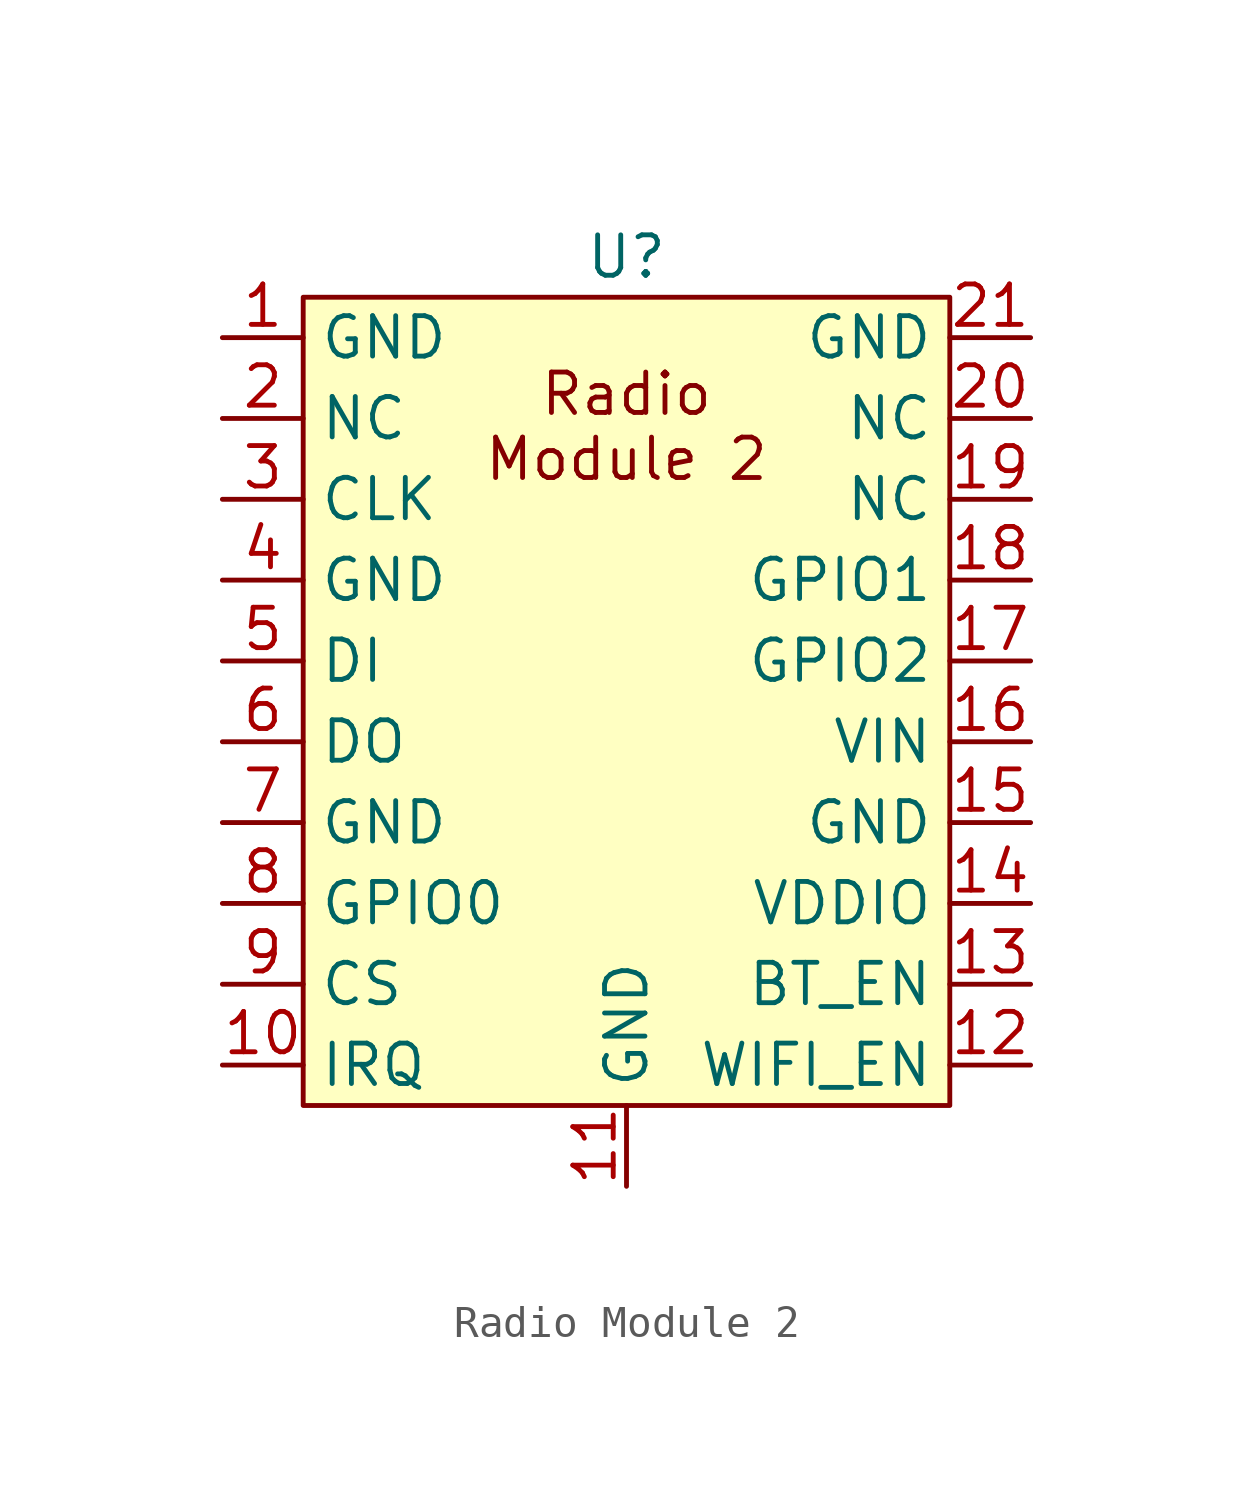
<source format=kicad_sym>
(kicad_symbol_lib
  (version 20241209)
  (generator "kicad_symbol_editor")
  (generator_version "9.0")
  (symbol "Radio Module 2"
    (property "Reference" "U"
      (at 0 0 0)
      (effects (font (size 1.27 1.27))))
    (property "Value" ""
      (at 0 0 0)
      (effects (font (size 1.27 1.27))))
    (symbol "Radio Module 2_1_1"
      (rectangle (start -10.16 -1.27) (end 10.16 -26.67) (stroke (width 0) (type solid)) (fill (type background)))
      (text "Radio\nModule 2" (at 0 -5.334 0) (effects (font (size 1.27 1.27))))
      (pin input line (at -12.7 -2.54 0) (length 2.54) (name "GND" (effects (font (size 1.27 1.27)))) (number "1" (effects (font (size 1.27 1.27)))))
      (pin unspecified line (at -12.7 -5.08 0) (length 2.54) (name "NC" (effects (font (size 1.27 1.27)))) (number "2" (effects (font (size 1.27 1.27)))))
      (pin input line (at -12.7 -7.62 0) (length 2.54) (name "CLK" (effects (font (size 1.27 1.27)))) (number "3" (effects (font (size 1.27 1.27)))))
      (pin input line (at -12.7 -10.16 0) (length 2.54) (name "GND" (effects (font (size 1.27 1.27)))) (number "4" (effects (font (size 1.27 1.27)))))
      (pin input line (at -12.7 -12.7 0) (length 2.54) (name "DI" (effects (font (size 1.27 1.27)))) (number "5" (effects (font (size 1.27 1.27)))))
      (pin output line (at -12.7 -15.24 0) (length 2.54) (name "DO" (effects (font (size 1.27 1.27)))) (number "6" (effects (font (size 1.27 1.27)))))
      (pin input line (at -12.7 -17.78 0) (length 2.54) (name "GND" (effects (font (size 1.27 1.27)))) (number "7" (effects (font (size 1.27 1.27)))))
      (pin output line (at -12.7 -20.32 0) (length 2.54) (name "GPIO0" (effects (font (size 1.27 1.27)))) (number "8" (effects (font (size 1.27 1.27)))))
      (pin output line (at -12.7 -22.86 0) (length 2.54) (name "CS" (effects (font (size 1.27 1.27)))) (number "9" (effects (font (size 1.27 1.27)))))
      (pin input line (at -12.7 -25.4 0) (length 2.54) (name "IRQ" (effects (font (size 1.27 1.27)))) (number "10" (effects (font (size 1.27 1.27)))))
      (pin input line (at 0 -29.21 90) (length 2.54) (name "GND" (effects (font (size 1.27 1.27)))) (number "11" (effects (font (size 1.27 1.27)))))
      (pin input line (at 12.7 -2.54 180) (length 2.54) (name "GND" (effects (font (size 1.27 1.27)))) (number "21" (effects (font (size 1.27 1.27)))))
      (pin input line (at 12.7 -5.08 180) (length 2.54) (name "NC" (effects (font (size 1.27 1.27)))) (number "20" (effects (font (size 1.27 1.27)))))
      (pin input line (at 12.7 -7.62 180) (length 2.54) (name "NC" (effects (font (size 1.27 1.27)))) (number "19" (effects (font (size 1.27 1.27)))))
      (pin input line (at 12.7 -10.16 180) (length 2.54) (name "GPIO1" (effects (font (size 1.27 1.27)))) (number "18" (effects (font (size 1.27 1.27)))))
      (pin input line (at 12.7 -12.7 180) (length 2.54) (name "GPIO2" (effects (font (size 1.27 1.27)))) (number "17" (effects (font (size 1.27 1.27)))))
      (pin input line (at 12.7 -15.24 180) (length 2.54) (name "VIN" (effects (font (size 1.27 1.27)))) (number "16" (effects (font (size 1.27 1.27)))))
      (pin input line (at 12.7 -17.78 180) (length 2.54) (name "GND" (effects (font (size 1.27 1.27)))) (number "15" (effects (font (size 1.27 1.27)))))
      (pin input line (at 12.7 -20.32 180) (length 2.54) (name "VDDIO" (effects (font (size 1.27 1.27)))) (number "14" (effects (font (size 1.27 1.27)))))
      (pin input line (at 12.7 -22.86 180) (length 2.54) (name "BT_EN" (effects (font (size 1.27 1.27)))) (number "13" (effects (font (size 1.27 1.27)))))
      (pin input line (at 12.7 -25.4 180) (length 2.54) (name "WIFI_EN" (effects (font (size 1.27 1.27)))) (number "12" (effects (font (size 1.27 1.27))))))))
</source>
